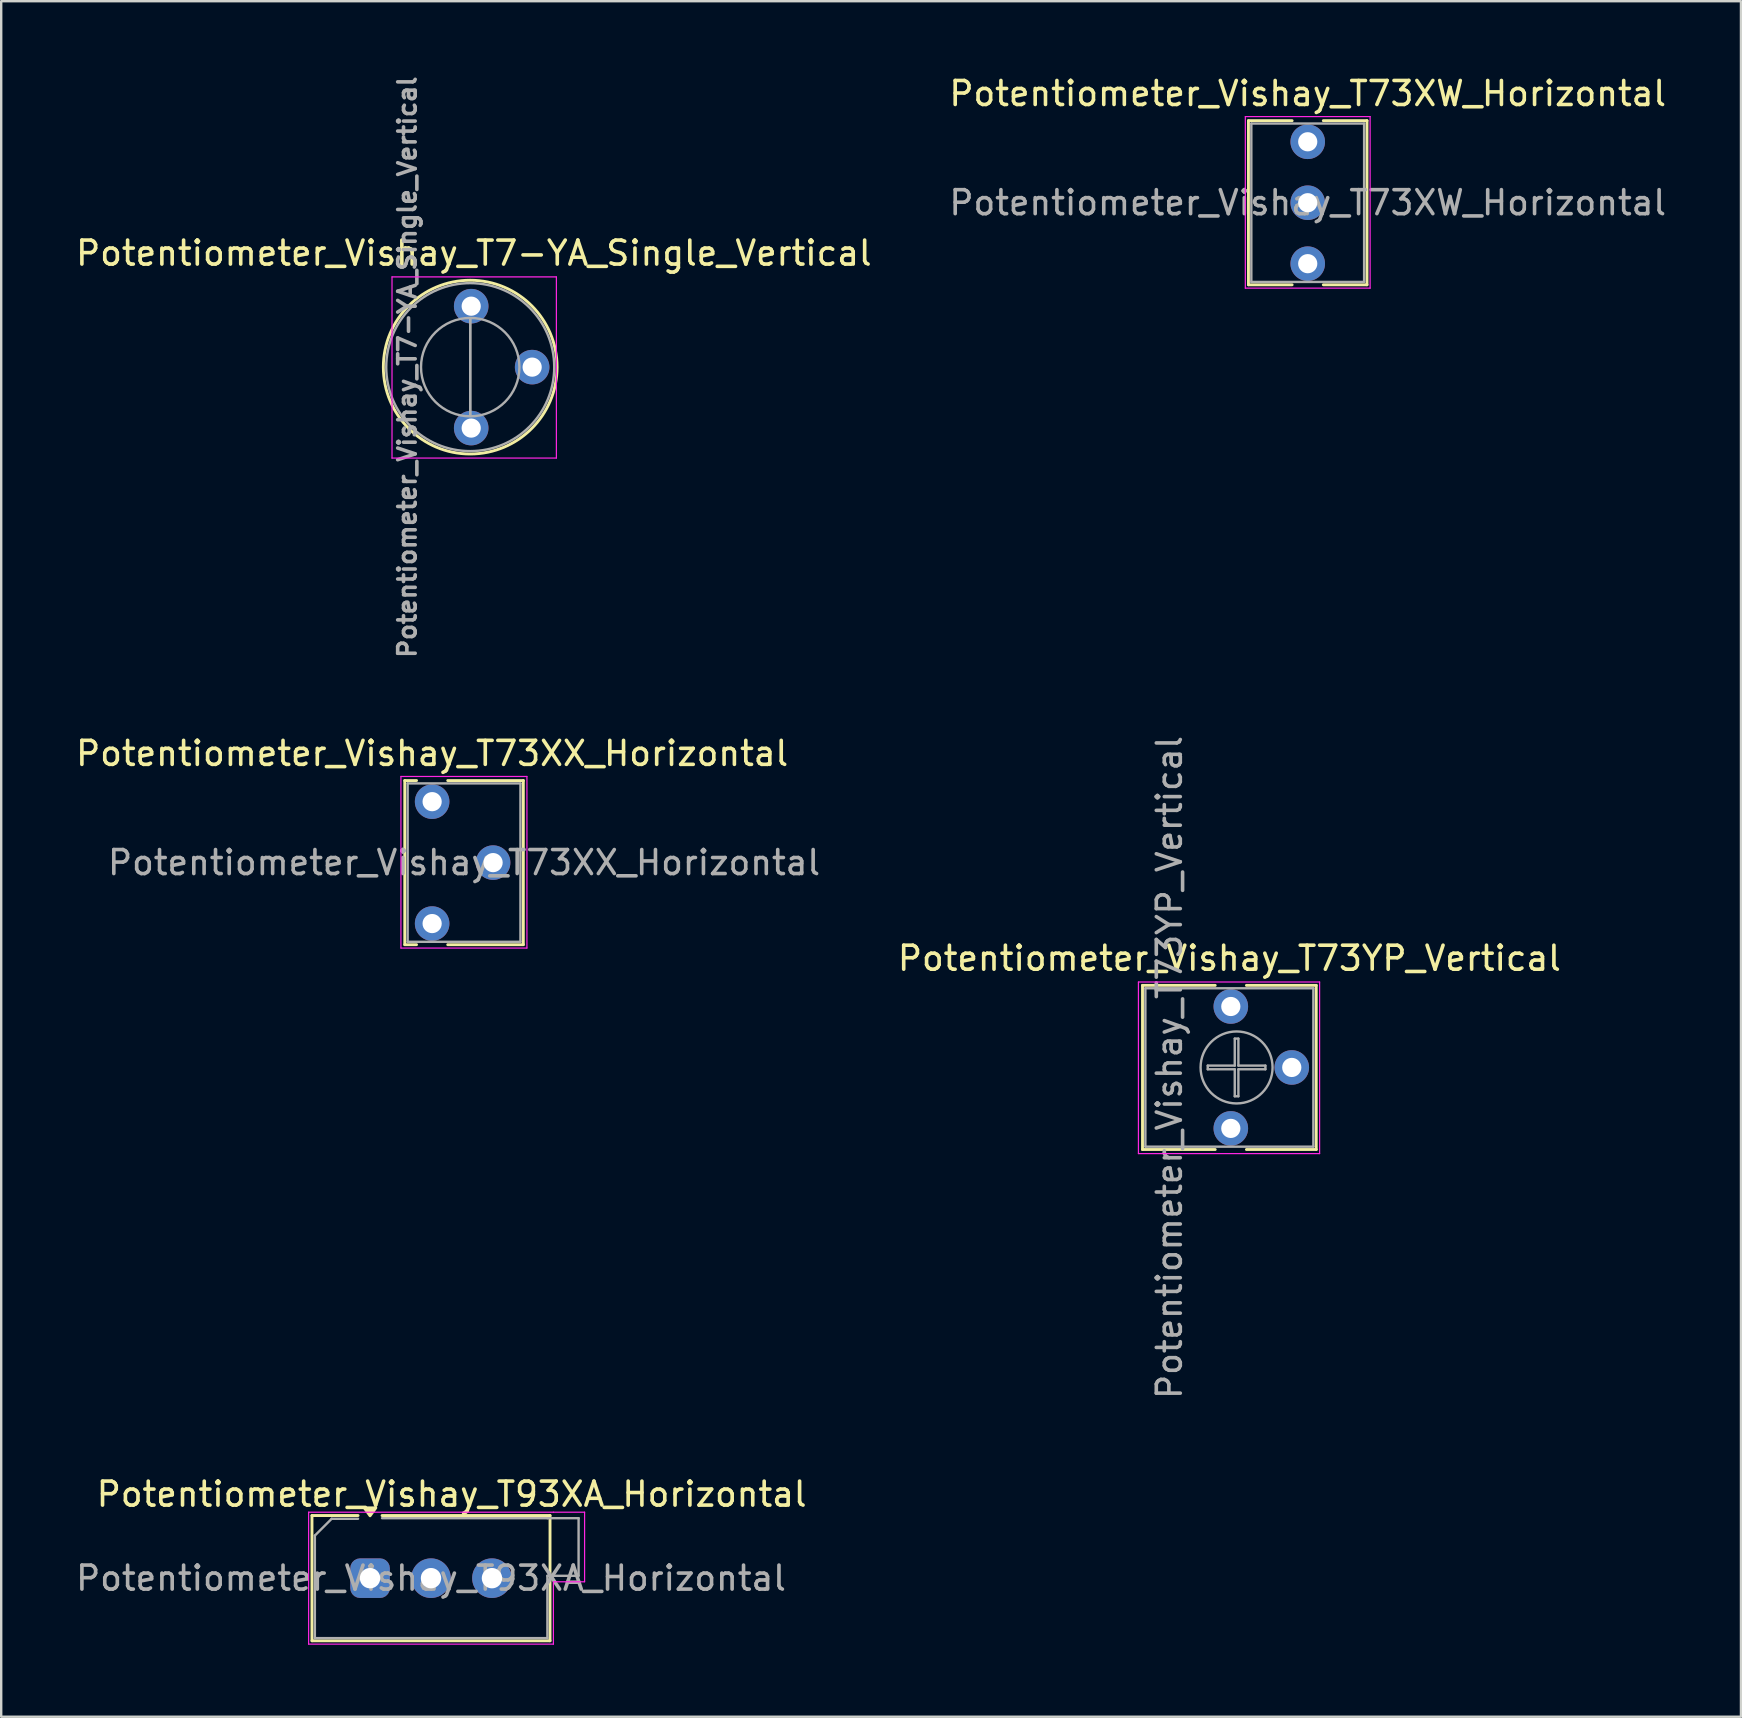
<source format=kicad_pcb>
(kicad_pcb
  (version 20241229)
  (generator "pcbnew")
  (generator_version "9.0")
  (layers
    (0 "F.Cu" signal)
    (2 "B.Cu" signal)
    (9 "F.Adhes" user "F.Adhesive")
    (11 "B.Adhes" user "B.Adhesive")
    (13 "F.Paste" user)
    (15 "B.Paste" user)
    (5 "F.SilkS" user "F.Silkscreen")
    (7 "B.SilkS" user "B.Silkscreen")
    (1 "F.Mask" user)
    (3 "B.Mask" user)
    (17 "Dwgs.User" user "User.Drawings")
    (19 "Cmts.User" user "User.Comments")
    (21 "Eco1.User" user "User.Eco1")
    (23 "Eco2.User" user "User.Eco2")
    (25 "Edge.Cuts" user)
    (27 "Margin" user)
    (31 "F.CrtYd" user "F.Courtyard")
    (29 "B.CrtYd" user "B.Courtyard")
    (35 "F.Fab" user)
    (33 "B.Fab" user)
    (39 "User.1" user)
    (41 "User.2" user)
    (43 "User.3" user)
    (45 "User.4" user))
  (footprint "Potentiometer_Vishay_T73XX_Horizontal"
    (layer "F.Cu")
    (at 14.958 30.357)
    (property "Reference" "Potentiometer_Vishay_T73XX_Horizontal" (at 0 -2.01 0) (layer "F.SilkS") (effects (font (size 1 1) (thickness 0.15))))
    (attr through_hole)
    (fp_line (start -1.14 -0.88) (end -1.14 5.96) (stroke (width 0.12) (type solid)) (layer "F.SilkS"))
    (fp_line (start -1.14 -0.88) (end -0.65 -0.88) (stroke (width 0.12) (type solid)) (layer "F.SilkS"))
    (fp_line (start -1.14 5.96) (end -0.65 5.96) (stroke (width 0.12) (type solid)) (layer "F.SilkS"))
    (fp_line (start 0.65 -0.88) (end 3.8 -0.88) (stroke (width 0.12) (type solid)) (layer "F.SilkS"))
    (fp_line (start 0.65 5.96) (end 3.8 5.96) (stroke (width 0.12) (type solid)) (layer "F.SilkS"))
    (fp_line (start 3.8 -0.88) (end 3.8 5.96) (stroke (width 0.12) (type solid)) (layer "F.SilkS"))
    (fp_line (start -1.3 -1.05) (end -1.3 6.1) (stroke (width 0.05) (type solid)) (layer "F.CrtYd"))
    (fp_line (start -1.3 6.1) (end 3.95 6.1) (stroke (width 0.05) (type solid)) (layer "F.CrtYd"))
    (fp_line (start 3.95 -1.05) (end -1.3 -1.05) (stroke (width 0.05) (type solid)) (layer "F.CrtYd"))
    (fp_line (start 3.95 6.1) (end 3.95 -1.05) (stroke (width 0.05) (type solid)) (layer "F.CrtYd"))
    (fp_line (start -1.02 -0.76) (end 3.68 -0.76) (stroke (width 0.1) (type solid)) (layer "F.Fab"))
    (fp_line (start -1.02 5.84) (end -1.02 -0.76) (stroke (width 0.1) (type solid)) (layer "F.Fab"))
    (fp_line (start 3.68 -0.76) (end 3.68 5.84) (stroke (width 0.1) (type solid)) (layer "F.Fab"))
    (fp_line (start 3.68 5.84) (end -1.02 5.84) (stroke (width 0.1) (type solid)) (layer "F.Fab"))
    (fp_text user "${REFERENCE}" (at 1.33 2.54 0) (layer "F.Fab") (effects (font (size 1 1) (thickness 0.15))))
    (pad "1" thru_hole circle (at 0 0) (size 1.44 1.44) (drill 0.8) (layers "*.Cu" "*.Mask"))
    (pad "2" thru_hole circle (at 2.54 2.54) (size 1.44 1.44) (drill 0.8) (layers "*.Cu" "*.Mask"))
    (pad "3" thru_hole circle (at 0 5.08) (size 1.44 1.44) (drill 0.8) (layers "*.Cu" "*.Mask")))
  (footprint "Potentiometer_Vishay_T7-YA_Single_Vertical"
    (layer "F.Cu")
    (at 16.586 14.789)
    (property "Reference" "Potentiometer_Vishay_T7-YA_Single_Vertical" (at 0.11 -7.29 0) (layer "F.SilkS") (effects (font (size 1 1) (thickness 0.15))))
    (attr through_hole)
    (fp_circle (center -0.041 -2.54) (end 3.579 -2.54) (stroke (width 0.12) (type solid)) (fill no) (layer "F.SilkS"))
    (fp_line (start -3.3 -6.3) (end -3.3 1.25) (stroke (width 0.05) (type solid)) (layer "F.CrtYd"))
    (fp_line (start -3.3 1.25) (end 3.55 1.25) (stroke (width 0.05) (type solid)) (layer "F.CrtYd"))
    (fp_line (start 3.55 -6.3) (end -3.3 -6.3) (stroke (width 0.05) (type solid)) (layer "F.CrtYd"))
    (fp_line (start 3.55 1.25) (end 3.55 -6.3) (stroke (width 0.05) (type solid)) (layer "F.CrtYd"))
    (fp_line (start -0.041 -0.51) (end -0.04 -4.569) (stroke (width 0.1) (type solid)) (layer "F.Fab"))
    (fp_line (start -0.041 -0.51) (end -0.04 -4.569) (stroke (width 0.1) (type solid)) (layer "F.Fab"))
    (fp_circle (center -0.041 -2.54) (end 2.009 -2.54) (stroke (width 0.1) (type solid)) (fill no) (layer "F.Fab"))
    (fp_circle (center -0.04 -2.54) (end 3.46 -2.54) (stroke (width 0.1) (type solid)) (fill no) (layer "F.Fab"))
    (fp_text user "${REFERENCE}" (at -2.664 -2.54 90) (layer "F.Fab") (effects (font (size 0.73 0.73) (thickness 0.15))))
    (pad "1" thru_hole circle (at 0 0) (size 1.44 1.44) (drill 0.8) (layers "*.Cu" "*.Mask"))
    (pad "2" thru_hole circle (at 2.54 -2.54) (size 1.44 1.44) (drill 0.8) (layers "*.Cu" "*.Mask"))
    (pad "3" thru_hole circle (at 0 -5.08) (size 1.44 1.44) (drill 0.8) (layers "*.Cu" "*.Mask")))
  (footprint "Potentiometer_Vishay_T73XW_Horizontal"
    (layer "F.Cu")
    (at 51.446 2.858)
    (property "Reference" "Potentiometer_Vishay_T73XW_Horizontal" (at 0 -2.01 0) (layer "F.SilkS") (effects (font (size 1 1) (thickness 0.15))))
    (attr through_hole)
    (fp_line (start -2.47 -0.88) (end -2.47 5.96) (stroke (width 0.12) (type solid)) (layer "F.SilkS"))
    (fp_line (start -2.47 -0.88) (end -0.65 -0.88) (stroke (width 0.12) (type solid)) (layer "F.SilkS"))
    (fp_line (start -2.47 5.96) (end -0.65 5.96) (stroke (width 0.12) (type solid)) (layer "F.SilkS"))
    (fp_line (start 0.65 -0.88) (end 2.47 -0.88) (stroke (width 0.12) (type solid)) (layer "F.SilkS"))
    (fp_line (start 0.65 5.96) (end 2.47 5.96) (stroke (width 0.12) (type solid)) (layer "F.SilkS"))
    (fp_line (start 2.47 -0.88) (end 2.47 5.96) (stroke (width 0.12) (type solid)) (layer "F.SilkS"))
    (fp_line (start -2.6 -1.05) (end -2.6 6.1) (stroke (width 0.05) (type solid)) (layer "F.CrtYd"))
    (fp_line (start -2.6 6.1) (end 2.6 6.1) (stroke (width 0.05) (type solid)) (layer "F.CrtYd"))
    (fp_line (start 2.6 -1.05) (end -2.6 -1.05) (stroke (width 0.05) (type solid)) (layer "F.CrtYd"))
    (fp_line (start 2.6 6.1) (end 2.6 -1.05) (stroke (width 0.05) (type solid)) (layer "F.CrtYd"))
    (fp_line (start -2.35 -0.76) (end 2.35 -0.76) (stroke (width 0.1) (type solid)) (layer "F.Fab"))
    (fp_line (start -2.35 5.84) (end -2.35 -0.76) (stroke (width 0.1) (type solid)) (layer "F.Fab"))
    (fp_line (start 2.35 -0.76) (end 2.35 5.84) (stroke (width 0.1) (type solid)) (layer "F.Fab"))
    (fp_line (start 2.35 5.84) (end -2.35 5.84) (stroke (width 0.1) (type solid)) (layer "F.Fab"))
    (fp_text user "${REFERENCE}" (at 0 2.54 0) (layer "F.Fab") (effects (font (size 1 1) (thickness 0.15))))
    (pad "1" thru_hole circle (at 0 0) (size 1.44 1.44) (drill 0.8) (layers "*.Cu" "*.Mask"))
    (pad "2" thru_hole circle (at 0 2.54) (size 1.44 1.44) (drill 0.8) (layers "*.Cu" "*.Mask"))
    (pad "3" thru_hole circle (at 0 5.08) (size 1.44 1.44) (drill 0.8) (layers "*.Cu" "*.Mask")))
  (footprint "Potentiometer_Vishay_T73YP_Vertical"
    (layer "F.Cu")
    (at 48.241 43.973)
    (property "Reference" "Potentiometer_Vishay_T73YP_Vertical" (at -0.06 -7.09 0) (layer "F.SilkS") (effects (font (size 1 1) (thickness 0.15))))
    (attr through_hole)
    (fp_line (start -3.68 -5.96) (end -3.68 0.88) (stroke (width 0.12) (type solid)) (layer "F.SilkS"))
    (fp_line (start -3.68 -5.96) (end -0.65 -5.96) (stroke (width 0.12) (type solid)) (layer "F.SilkS"))
    (fp_line (start -3.68 0.88) (end -0.65 0.88) (stroke (width 0.12) (type solid)) (layer "F.SilkS"))
    (fp_line (start 0.65 -5.96) (end 3.56 -5.96) (stroke (width 0.12) (type solid)) (layer "F.SilkS"))
    (fp_line (start 0.65 0.88) (end 3.56 0.88) (stroke (width 0.12) (type solid)) (layer "F.SilkS"))
    (fp_line (start 3.56 -5.96) (end 3.56 0.88) (stroke (width 0.12) (type solid)) (layer "F.SilkS"))
    (fp_line (start -3.85 -6.1) (end -3.85 1.05) (stroke (width 0.05) (type solid)) (layer "F.CrtYd"))
    (fp_line (start -3.85 1.05) (end 3.7 1.05) (stroke (width 0.05) (type solid)) (layer "F.CrtYd"))
    (fp_line (start 3.7 -6.1) (end -3.85 -6.1) (stroke (width 0.05) (type solid)) (layer "F.CrtYd"))
    (fp_line (start 3.7 1.05) (end 3.7 -6.1) (stroke (width 0.05) (type solid)) (layer "F.CrtYd"))
    (fp_line (start -3.56 -5.84) (end -3.56 0.76) (stroke (width 0.1) (type solid)) (layer "F.Fab"))
    (fp_line (start -3.56 0.76) (end 3.44 0.76) (stroke (width 0.1) (type solid)) (layer "F.Fab"))
    (fp_line (start -0.961 -2.616) (end 0.164 -2.616) (stroke (width 0.1) (type solid)) (layer "F.Fab"))
    (fp_line (start -0.961 -2.464) (end -0.961 -2.616) (stroke (width 0.1) (type solid)) (layer "F.Fab"))
    (fp_line (start 0.164 -3.741) (end 0.316 -3.741) (stroke (width 0.1) (type solid)) (layer "F.Fab"))
    (fp_line (start 0.164 -2.616) (end 0.164 -3.741) (stroke (width 0.1) (type solid)) (layer "F.Fab"))
    (fp_line (start 0.164 -2.464) (end -0.961 -2.464) (stroke (width 0.1) (type solid)) (layer "F.Fab"))
    (fp_line (start 0.164 -1.339) (end 0.164 -2.464) (stroke (width 0.1) (type solid)) (layer "F.Fab"))
    (fp_line (start 0.316 -3.741) (end 0.316 -2.616) (stroke (width 0.1) (type solid)) (layer "F.Fab"))
    (fp_line (start 0.316 -2.616) (end 1.441 -2.616) (stroke (width 0.1) (type solid)) (layer "F.Fab"))
    (fp_line (start 0.316 -2.464) (end 0.316 -1.339) (stroke (width 0.1) (type solid)) (layer "F.Fab"))
    (fp_line (start 0.316 -1.339) (end 0.164 -1.339) (stroke (width 0.1) (type solid)) (layer "F.Fab"))
    (fp_line (start 1.441 -2.616) (end 1.441 -2.464) (stroke (width 0.1) (type solid)) (layer "F.Fab"))
    (fp_line (start 1.441 -2.464) (end 0.316 -2.464) (stroke (width 0.1) (type solid)) (layer "F.Fab"))
    (fp_line (start 3.44 -5.84) (end -3.56 -5.84) (stroke (width 0.1) (type solid)) (layer "F.Fab"))
    (fp_line (start 3.44 0.76) (end 3.44 -5.84) (stroke (width 0.1) (type solid)) (layer "F.Fab"))
    (fp_circle (center 0.24 -2.54) (end 1.74 -2.54) (stroke (width 0.1) (type solid)) (fill no) (layer "F.Fab"))
    (fp_text user "${REFERENCE}" (at -2.56 -2.54 90) (layer "F.Fab") (effects (font (size 1 1) (thickness 0.15))))
    (pad "1" thru_hole circle (at 0 0) (size 1.44 1.44) (drill 0.8) (layers "*.Cu" "*.Mask"))
    (pad "2" thru_hole circle (at 2.54 -2.54) (size 1.44 1.44) (drill 0.8) (layers "*.Cu" "*.Mask"))
    (pad "3" thru_hole circle (at 0 -5.08) (size 1.44 1.44) (drill 0.8) (layers "*.Cu" "*.Mask")))
  (footprint "Potentiometer_Vishay_T93XA_Horizontal"
    (layer "F.Cu")
    (at 12.371 62.716)
    (property "Reference" "Potentiometer_Vishay_T93XA_Horizontal" (at 3.4 -3.5 0) (layer "F.SilkS") (effects (font (size 1 1) (thickness 0.15))))
    (attr through_hole)
    (fp_line (start -2.42 -2.61) (end -2.42 2.61) (stroke (width 0.12) (type default)) (layer "F.SilkS"))
    (fp_line (start -2.42 2.61) (end 7.5 2.61) (stroke (width 0.12) (type default)) (layer "F.SilkS"))
    (fp_line (start -0.5 -2.61) (end -2.42 -2.61) (stroke (width 0.12) (type default)) (layer "F.SilkS"))
    (fp_line (start 7.5 -2.61) (end 0.5 -2.61) (stroke (width 0.12) (type default)) (layer "F.SilkS"))
    (fp_line (start 7.5 2.61) (end 7.5 -2.61) (stroke (width 0.12) (type default)) (layer "F.SilkS"))
    (fp_poly (pts (xy 0 -2.6) (xy -0.24 -2.93) (xy 0.24 -2.93) (xy 0 -2.6)) (stroke (width 0.12) (type solid)) (fill yes) (layer "F.SilkS"))
    (fp_line (start -2.56 -2.75) (end -2.56 2.75) (stroke (width 0.05) (type default)) (layer "F.CrtYd"))
    (fp_line (start -2.56 -2.75) (end 7.64 -2.75) (stroke (width 0.05) (type default)) (layer "F.CrtYd"))
    (fp_line (start 7.64 0.15) (end 7.64 2.75) (stroke (width 0.05) (type default)) (layer "F.CrtYd"))
    (fp_line (start 7.64 0.15) (end 8.94 0.15) (stroke (width 0.05) (type default)) (layer "F.CrtYd"))
    (fp_line (start 7.64 2.75) (end -2.56 2.75) (stroke (width 0.05) (type default)) (layer "F.CrtYd"))
    (fp_line (start 8.94 -2.75) (end 7.64 -2.75) (stroke (width 0.05) (type default)) (layer "F.CrtYd"))
    (fp_line (start 8.94 0.15) (end 8.94 -2.75) (stroke (width 0.05) (type default)) (layer "F.CrtYd"))
    (fp_line (start -2.3 -1.775) (end -2.3 2.5) (stroke (width 0.1) (type default)) (layer "F.Fab"))
    (fp_line (start -2.3 -1.775) (end -1.6 -2.475) (stroke (width 0.1) (type default)) (layer "F.Fab"))
    (fp_line (start -2.3 2.5) (end 7.39 2.5) (stroke (width 0.1) (type default)) (layer "F.Fab"))
    (fp_line (start -1.6 -2.475) (end -0.5 -2.475) (stroke (width 0.1) (type default)) (layer "F.Fab"))
    (fp_line (start 7.39 -2.5) (end 0.5 -2.5) (stroke (width 0.1) (type default)) (layer "F.Fab"))
    (fp_line (start 7.39 -2.5) (end 8.69 -2.5) (stroke (width 0.1) (type default)) (layer "F.Fab"))
    (fp_line (start 7.39 -0.1) (end 7.39 2.5) (stroke (width 0.1) (type default)) (layer "F.Fab"))
    (fp_line (start 7.39 -0.1) (end 8.69 -0.1) (stroke (width 0.1) (type default)) (layer "F.Fab"))
    (fp_line (start 8.69 -0.1) (end 8.69 -2.5) (stroke (width 0.1) (type default)) (layer "F.Fab"))
    (fp_text user "${REFERENCE}" (at 2.54 0 0) (layer "F.Fab") (effects (font (size 1 1) (thickness 0.15))))
    (pad "1" thru_hole roundrect (at 0 0) (size 1.65 1.65) (drill 0.85) (layers "*.Cu" "*.Mask") (roundrect_rratio 0.25))
    (pad "2" thru_hole circle (at 2.54 0) (size 1.65 1.65) (drill 0.85) (layers "*.Cu" "*.Mask"))
    (pad "3" thru_hole circle (at 5.08 0) (size 1.65 1.65) (drill 0.85) (layers "*.Cu" "*.Mask")))
  (gr_rect
    (start -3 -3)
    (end 69.5 68.491)
    (stroke (width 0.1) (type default))
    (fill no)
    (layer "Edge.Cuts")))
</source>
